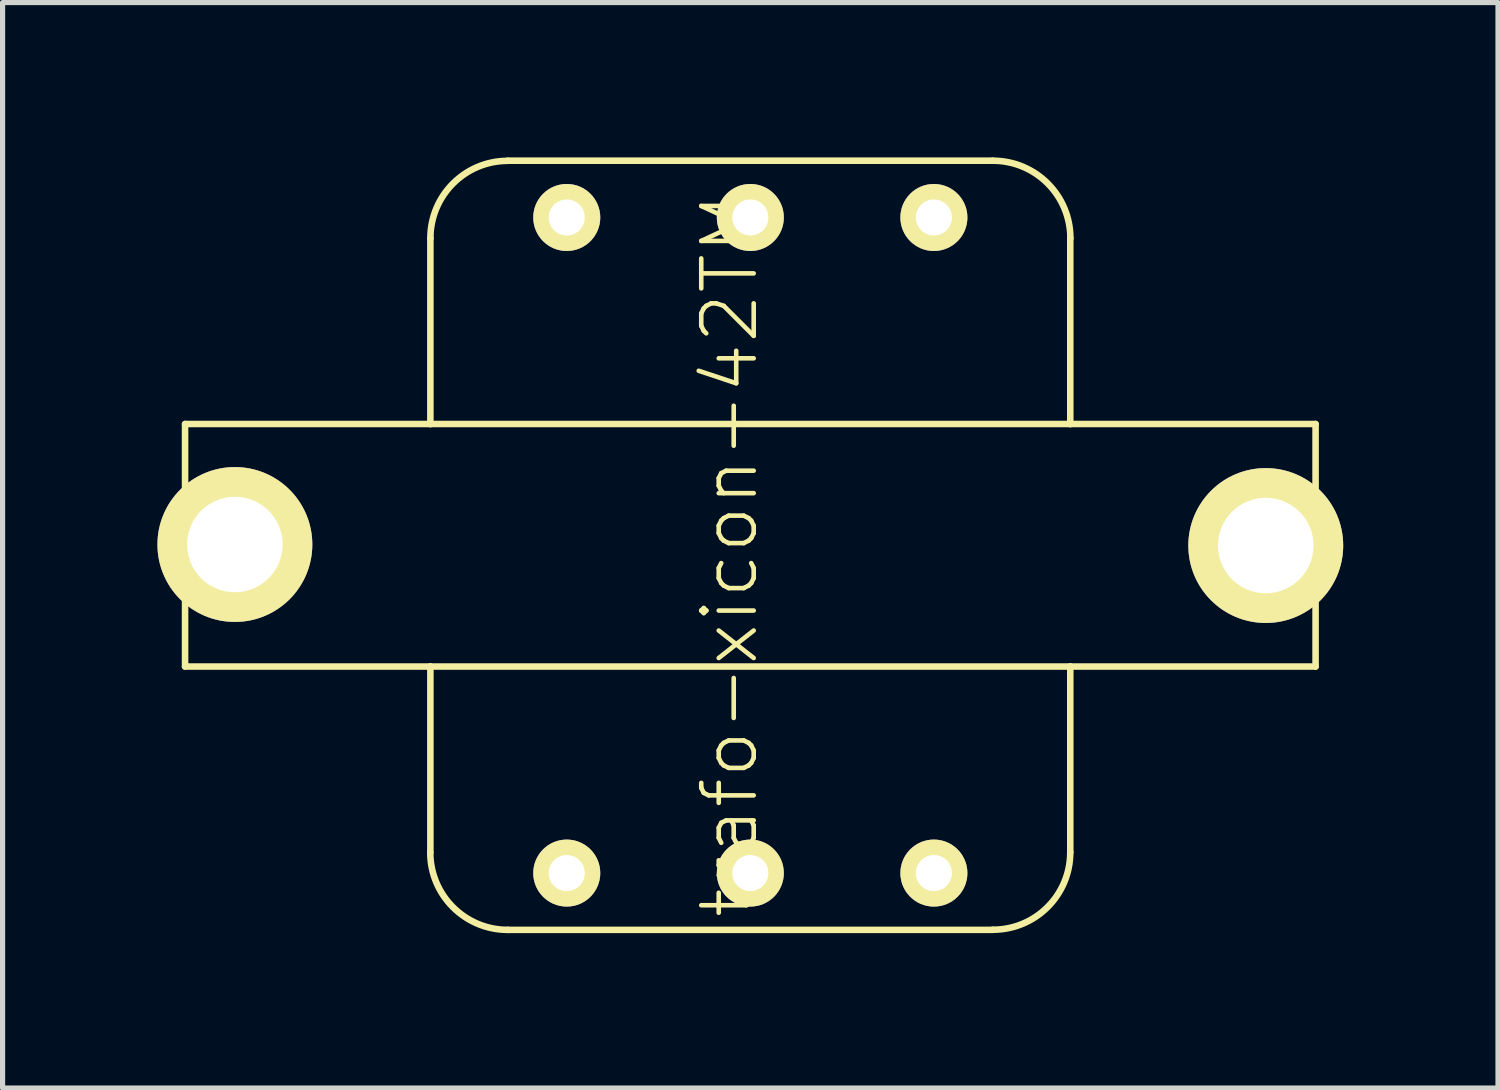
<source format=kicad_pcb>
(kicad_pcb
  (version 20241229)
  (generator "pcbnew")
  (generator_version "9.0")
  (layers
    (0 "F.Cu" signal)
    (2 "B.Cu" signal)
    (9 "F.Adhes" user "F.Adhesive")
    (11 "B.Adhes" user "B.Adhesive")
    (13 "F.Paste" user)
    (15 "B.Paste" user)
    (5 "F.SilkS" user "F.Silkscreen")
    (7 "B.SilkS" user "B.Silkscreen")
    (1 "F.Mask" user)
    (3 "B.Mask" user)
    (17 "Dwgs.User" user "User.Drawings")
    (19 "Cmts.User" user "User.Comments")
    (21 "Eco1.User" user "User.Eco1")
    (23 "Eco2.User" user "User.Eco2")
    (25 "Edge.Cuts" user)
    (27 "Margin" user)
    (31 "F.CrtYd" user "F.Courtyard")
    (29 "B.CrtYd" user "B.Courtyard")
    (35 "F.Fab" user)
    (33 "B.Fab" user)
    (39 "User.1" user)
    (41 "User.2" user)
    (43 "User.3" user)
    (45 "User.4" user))
  (footprint "trafo-xicon-42TM"
    (layer "F.Cu")
    (at 11.485 7.513)
    (property "Reference" "trafo-xicon-42TM" (at -0.4 0.2 90) (layer "F.SilkS") (effects (font (size 1.016 1.016) (thickness 0.089))))
    (attr exclude_from_pos_files exclude_from_bom)
    (fp_line (start -10.95 -2.349) (end -10.95 2.349) (stroke (width 0.127) (type solid)) (layer "F.SilkS"))
    (fp_line (start -10.95 -2.349) (end -6.198 -2.349) (stroke (width 0.127) (type solid)) (layer "F.SilkS"))
    (fp_line (start -10.932 0) (end -9.03 0) (stroke (width 0.127) (type solid)) (layer "F.SilkS"))
    (fp_line (start -9.982 0.95) (end -9.982 -0.95) (stroke (width 0.127) (type solid)) (layer "F.SilkS"))
    (fp_line (start -6.198 -2.349) (end -6.198 -5.949) (stroke (width 0.127) (type solid)) (layer "F.SilkS"))
    (fp_line (start -6.198 -2.349) (end 6.198 -2.349) (stroke (width 0.127) (type solid)) (layer "F.SilkS"))
    (fp_line (start -6.198 2.349) (end -10.95 2.349) (stroke (width 0.127) (type solid)) (layer "F.SilkS"))
    (fp_line (start -6.198 5.949) (end -6.198 2.349) (stroke (width 0.127) (type solid)) (layer "F.SilkS"))
    (fp_line (start -4.699 -7.45) (end 4.699 -7.45) (stroke (width 0.127) (type solid)) (layer "F.SilkS"))
    (fp_line (start 4.699 7.45) (end -4.699 7.45) (stroke (width 0.127) (type solid)) (layer "F.SilkS"))
    (fp_line (start 6.198 -5.949) (end 6.198 -2.349) (stroke (width 0.127) (type solid)) (layer "F.SilkS"))
    (fp_line (start 6.198 -2.349) (end 10.95 -2.349) (stroke (width 0.127) (type solid)) (layer "F.SilkS"))
    (fp_line (start 6.198 2.349) (end -6.198 2.349) (stroke (width 0.127) (type solid)) (layer "F.SilkS"))
    (fp_line (start 6.198 2.349) (end 6.198 5.949) (stroke (width 0.127) (type solid)) (layer "F.SilkS"))
    (fp_line (start 9.03 0) (end 10.932 0) (stroke (width 0.127) (type solid)) (layer "F.SilkS"))
    (fp_line (start 9.982 0.95) (end 9.982 -0.95) (stroke (width 0.127) (type solid)) (layer "F.SilkS"))
    (fp_line (start 10.95 2.349) (end 6.198 2.349) (stroke (width 0.127) (type solid)) (layer "F.SilkS"))
    (fp_line (start 10.95 2.349) (end 10.95 -2.349) (stroke (width 0.127) (type solid)) (layer "F.SilkS"))
    (fp_arc (start -6.1976 -5.94868) (mid -5.75867 -7.00835) (end -4.699 -7.44728) (stroke (width 0.127) (type solid)) (layer "F.SilkS"))
    (fp_arc (start -4.699 7.44982) (mid -5.760466 7.010146) (end -6.20014 5.94868) (stroke (width 0.127) (type solid)) (layer "F.SilkS"))
    (fp_arc (start 4.699 -7.44982) (mid 5.760466 -7.010146) (end 6.20014 -5.94868) (stroke (width 0.127) (type solid)) (layer "F.SilkS"))
    (fp_arc (start 6.1976 5.94868) (mid 5.75867 7.00835) (end 4.699 7.44728) (stroke (width 0.127) (type solid)) (layer "F.SilkS"))
    (fp_circle (center -9.982 0) (end -10.457 0.475) (stroke (width 0.127) (type solid)) (fill no) (layer "F.SilkS"))
    (fp_circle (center 9.982 0) (end 10.457 0.475) (stroke (width 0.127) (type solid)) (fill no) (layer "F.SilkS"))
    (pad "" np_thru_hole circle (at -9.985 -0.015) (size 3 3) (drill 1.85) (layers "*.Cu" "*.Mask" "F.SilkS"))
    (pad "" np_thru_hole circle (at 9.985 0.005) (size 3 3) (drill 1.85) (layers "*.Cu" "*.Mask" "F.SilkS"))
    (pad "1" thru_hole circle (at -3.556 6.35) (size 1.298 1.298) (drill 0.699) (layers "*.Cu" "*.Mask" "F.SilkS" "F.Paste"))
    (pad "2" thru_hole circle (at 0 6.35) (size 1.298 1.298) (drill 0.699) (layers "*.Cu" "*.Mask" "F.SilkS" "F.Paste"))
    (pad "3" thru_hole circle (at 3.556 6.35) (size 1.298 1.298) (drill 0.699) (layers "*.Cu" "*.Mask" "F.SilkS" "F.Paste"))
    (pad "4" thru_hole circle (at 3.556 -6.35) (size 1.298 1.298) (drill 0.699) (layers "*.Cu" "*.Mask" "F.SilkS" "F.Paste"))
    (pad "5" thru_hole circle (at 0 -6.35) (size 1.298 1.298) (drill 0.699) (layers "*.Cu" "*.Mask" "F.SilkS" "F.Paste"))
    (pad "6" thru_hole circle (at -3.556 -6.35) (size 1.298 1.298) (drill 0.699) (layers "*.Cu" "*.Mask" "F.SilkS" "F.Paste")))
  (gr_rect
    (start -3 -3)
    (end 25.969 18.027)
    (stroke (width 0.1) (type default))
    (fill no)
    (layer "Edge.Cuts")))
</source>
